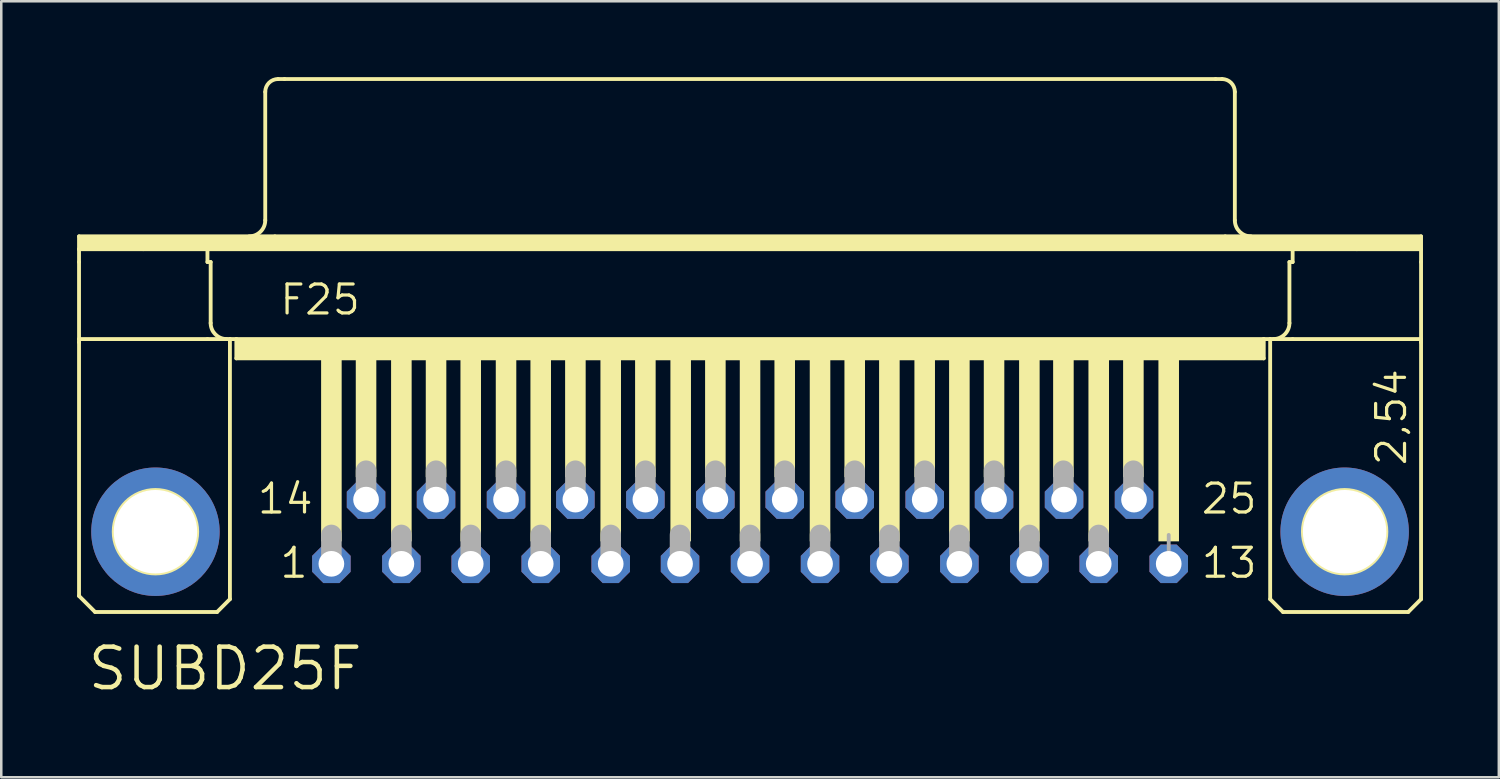
<source format=kicad_pcb>
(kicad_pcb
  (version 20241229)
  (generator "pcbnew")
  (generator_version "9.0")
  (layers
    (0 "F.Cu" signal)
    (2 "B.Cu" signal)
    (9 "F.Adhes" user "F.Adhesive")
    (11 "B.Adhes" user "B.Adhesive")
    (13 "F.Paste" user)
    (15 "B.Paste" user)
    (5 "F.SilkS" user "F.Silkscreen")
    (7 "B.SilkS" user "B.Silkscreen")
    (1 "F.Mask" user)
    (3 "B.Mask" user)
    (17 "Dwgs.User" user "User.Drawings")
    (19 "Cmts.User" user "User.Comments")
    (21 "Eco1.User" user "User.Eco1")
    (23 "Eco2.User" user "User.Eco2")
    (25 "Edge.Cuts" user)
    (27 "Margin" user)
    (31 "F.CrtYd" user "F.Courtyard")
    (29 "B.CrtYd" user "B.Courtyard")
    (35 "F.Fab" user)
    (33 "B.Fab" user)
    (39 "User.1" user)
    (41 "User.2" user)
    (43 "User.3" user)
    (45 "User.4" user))
  (footprint "SUBD25F"
    (layer "F.Cu")
    (at 24.079 9.093)
    (property "Reference" "SUBD25F" (at -23.749 15.24 0) (unlocked yes) (layer "F.SilkS") (effects (font (size 1.6 1.6) (thickness 0.178)) (justify left bottom)))
    (fp_line (start -24.003 -2.794) (end -16.256 -2.794) (stroke (width 0.152) (type solid)) (layer "F.SilkS"))
    (fp_line (start -24.003 -2.286) (end -24.003 -2.794) (stroke (width 0.152) (type solid)) (layer "F.SilkS"))
    (fp_line (start -24.003 -2.286) (end -21.463 -2.286) (stroke (width 0.152) (type solid)) (layer "F.SilkS"))
    (fp_line (start -24.003 -1.778) (end -24.003 -2.286) (stroke (width 0.152) (type solid)) (layer "F.SilkS"))
    (fp_line (start -24.003 1.27) (end -24.003 -1.778) (stroke (width 0.152) (type solid)) (layer "F.SilkS"))
    (fp_line (start -24.003 1.27) (end -24.003 1.397) (stroke (width 0.152) (type solid)) (layer "F.SilkS"))
    (fp_line (start -24.003 1.27) (end -18.923 1.27) (stroke (width 0.152) (type solid)) (layer "F.SilkS"))
    (fp_line (start -24.003 11.43) (end -24.003 1.397) (stroke (width 0.152) (type solid)) (layer "F.SilkS"))
    (fp_line (start -23.368 12.065) (end -24.003 11.43) (stroke (width 0.152) (type solid)) (layer "F.SilkS"))
    (fp_line (start -21.463 -2.286) (end -18.923 -2.286) (stroke (width 0.152) (type solid)) (layer "F.SilkS"))
    (fp_line (start -18.923 -2.286) (end 24.003 -2.286) (stroke (width 0.152) (type solid)) (layer "F.SilkS"))
    (fp_line (start -18.923 -1.778) (end -18.923 -2.286) (stroke (width 0.152) (type solid)) (layer "F.SilkS"))
    (fp_line (start -18.923 -1.778) (end -18.796 -1.778) (stroke (width 0.152) (type solid)) (layer "F.SilkS"))
    (fp_line (start -18.923 1.27) (end -18.034 1.27) (stroke (width 0.152) (type solid)) (layer "F.SilkS"))
    (fp_line (start -18.796 0.635) (end -18.796 -1.778) (stroke (width 0.152) (type solid)) (layer "F.SilkS"))
    (fp_line (start -18.542 12.065) (end -23.368 12.065) (stroke (width 0.152) (type solid)) (layer "F.SilkS"))
    (fp_line (start -18.542 12.065) (end -18.034 11.557) (stroke (width 0.152) (type solid)) (layer "F.SilkS"))
    (fp_line (start -18.034 1.27) (end -17.78 1.27) (stroke (width 0.152) (type solid)) (layer "F.SilkS"))
    (fp_line (start -18.034 11.557) (end -18.034 1.27) (stroke (width 0.152) (type solid)) (layer "F.SilkS"))
    (fp_line (start -17.78 1.27) (end -17.78 2.032) (stroke (width 0.152) (type solid)) (layer "F.SilkS"))
    (fp_line (start -17.78 1.27) (end 22.86 1.27) (stroke (width 0.152) (type solid)) (layer "F.SilkS"))
    (fp_line (start -17.78 2.032) (end 22.86 2.032) (stroke (width 0.152) (type solid)) (layer "F.SilkS"))
    (fp_line (start -16.637 -3.429) (end -16.637 -8.509) (stroke (width 0.152) (type solid)) (layer "F.SilkS"))
    (fp_line (start -16.256 -2.794) (end 21.336 -2.794) (stroke (width 0.152) (type solid)) (layer "F.SilkS"))
    (fp_line (start -16.129 -9.017) (end -15.875 -9.017) (stroke (width 0.152) (type solid)) (layer "F.SilkS"))
    (fp_line (start -15.875 -9.017) (end 20.955 -9.017) (stroke (width 0.152) (type solid)) (layer "F.SilkS"))
    (fp_line (start 20.955 -9.017) (end 21.209 -9.017) (stroke (width 0.152) (type solid)) (layer "F.SilkS"))
    (fp_line (start 21.336 -2.794) (end 29.083 -2.794) (stroke (width 0.152) (type solid)) (layer "F.SilkS"))
    (fp_line (start 21.717 -3.429) (end 21.717 -8.509) (stroke (width 0.152) (type solid)) (layer "F.SilkS"))
    (fp_line (start 22.86 1.27) (end 22.86 2.032) (stroke (width 0.152) (type solid)) (layer "F.SilkS"))
    (fp_line (start 22.86 1.27) (end 23.114 1.27) (stroke (width 0.152) (type solid)) (layer "F.SilkS"))
    (fp_line (start 23.114 1.27) (end 24.003 1.27) (stroke (width 0.152) (type solid)) (layer "F.SilkS"))
    (fp_line (start 23.114 11.557) (end 23.114 1.27) (stroke (width 0.152) (type solid)) (layer "F.SilkS"))
    (fp_line (start 23.114 11.557) (end 23.622 12.065) (stroke (width 0.152) (type solid)) (layer "F.SilkS"))
    (fp_line (start 23.622 12.065) (end 28.575 12.065) (stroke (width 0.152) (type solid)) (layer "F.SilkS"))
    (fp_line (start 23.876 -1.778) (end 24.003 -1.778) (stroke (width 0.152) (type solid)) (layer "F.SilkS"))
    (fp_line (start 23.876 0.635) (end 23.876 -1.778) (stroke (width 0.152) (type solid)) (layer "F.SilkS"))
    (fp_line (start 24.003 -2.286) (end 26.543 -2.286) (stroke (width 0.152) (type solid)) (layer "F.SilkS"))
    (fp_line (start 24.003 -1.778) (end 24.003 -2.286) (stroke (width 0.152) (type solid)) (layer "F.SilkS"))
    (fp_line (start 24.003 1.27) (end 29.083 1.27) (stroke (width 0.152) (type solid)) (layer "F.SilkS"))
    (fp_line (start 26.543 -2.286) (end 29.083 -2.286) (stroke (width 0.152) (type solid)) (layer "F.SilkS"))
    (fp_line (start 28.575 12.065) (end 29.083 11.557) (stroke (width 0.152) (type solid)) (layer "F.SilkS"))
    (fp_line (start 29.083 -2.794) (end 29.083 -2.286) (stroke (width 0.152) (type solid)) (layer "F.SilkS"))
    (fp_line (start 29.083 -2.286) (end 29.083 -1.778) (stroke (width 0.152) (type solid)) (layer "F.SilkS"))
    (fp_line (start 29.083 -1.778) (end 29.083 1.27) (stroke (width 0.152) (type solid)) (layer "F.SilkS"))
    (fp_line (start 29.083 1.27) (end 29.083 1.397) (stroke (width 0.152) (type solid)) (layer "F.SilkS"))
    (fp_line (start 29.083 11.557) (end 29.083 1.397) (stroke (width 0.152) (type solid)) (layer "F.SilkS"))
    (fp_arc (start -18.161 1.27) (mid -18.610013 1.084013) (end -18.796 0.635) (stroke (width 0.1524) (type solid)) (layer "F.SilkS"))
    (fp_arc (start -16.637 -8.509) (mid -16.48821 -8.86821) (end -16.129 -9.017) (stroke (width 0.1524) (type solid)) (layer "F.SilkS"))
    (fp_arc (start -16.637 -3.429) (mid -16.822987 -2.979987) (end -17.272 -2.794) (stroke (width 0.1524) (type solid)) (layer "F.SilkS"))
    (fp_arc (start 21.209 -9.017) (mid 21.56821 -8.86821) (end 21.717 -8.509) (stroke (width 0.1524) (type solid)) (layer "F.SilkS"))
    (fp_arc (start 22.352 -2.794) (mid 21.902987 -2.979987) (end 21.717 -3.429) (stroke (width 0.1524) (type solid)) (layer "F.SilkS"))
    (fp_arc (start 23.876 0.635) (mid 23.690013 1.084013) (end 23.241 1.27) (stroke (width 0.1524) (type solid)) (layer "F.SilkS"))
    (fp_circle (center -20.98 8.89) (end -19.329 8.89) (stroke (width 0.152) (type solid)) (fill no) (layer "F.SilkS"))
    (fp_circle (center 26.06 8.89) (end 27.711 8.89) (stroke (width 0.152) (type solid)) (fill no) (layer "F.SilkS"))
    (fp_poly (pts (xy -24.003 -2.286) (xy 29.083 -2.286) (xy 29.083 -2.794) (xy -24.003 -2.794)) (stroke (width 0) (type default)) (fill yes) (layer "F.SilkS"))
    (fp_poly (pts (xy -17.78 2.032) (xy 22.86 2.032) (xy 22.86 1.27) (xy -17.78 1.27)) (stroke (width 0) (type default)) (fill yes) (layer "F.SilkS"))
    (fp_poly (pts (xy -14.427 9.271) (xy -13.614 9.271) (xy -13.614 2.032) (xy -14.427 2.032)) (stroke (width 0) (type default)) (fill yes) (layer "F.SilkS"))
    (fp_poly (pts (xy -13.056 6.731) (xy -12.243 6.731) (xy -12.243 2.032) (xy -13.056 2.032)) (stroke (width 0) (type default)) (fill yes) (layer "F.SilkS"))
    (fp_poly (pts (xy -11.659 9.271) (xy -10.846 9.271) (xy -10.846 2.032) (xy -11.659 2.032)) (stroke (width 0) (type default)) (fill yes) (layer "F.SilkS"))
    (fp_poly (pts (xy -10.287 6.731) (xy -9.474 6.731) (xy -9.474 2.032) (xy -10.287 2.032)) (stroke (width 0) (type default)) (fill yes) (layer "F.SilkS"))
    (fp_poly (pts (xy -8.915 9.271) (xy -8.103 9.271) (xy -8.103 2.032) (xy -8.915 2.032)) (stroke (width 0) (type default)) (fill yes) (layer "F.SilkS"))
    (fp_poly (pts (xy -7.518 6.731) (xy -6.706 6.731) (xy -6.706 2.032) (xy -7.518 2.032)) (stroke (width 0) (type default)) (fill yes) (layer "F.SilkS"))
    (fp_poly (pts (xy -6.147 9.271) (xy -5.334 9.271) (xy -5.334 2.032) (xy -6.147 2.032)) (stroke (width 0) (type default)) (fill yes) (layer "F.SilkS"))
    (fp_poly (pts (xy -4.775 6.731) (xy -3.962 6.731) (xy -3.962 2.032) (xy -4.775 2.032)) (stroke (width 0) (type default)) (fill yes) (layer "F.SilkS"))
    (fp_poly (pts (xy -3.378 9.271) (xy -2.565 9.271) (xy -2.565 2.032) (xy -3.378 2.032)) (stroke (width 0) (type default)) (fill yes) (layer "F.SilkS"))
    (fp_poly (pts (xy -2.007 6.731) (xy -1.194 6.731) (xy -1.194 2.032) (xy -2.007 2.032)) (stroke (width 0) (type default)) (fill yes) (layer "F.SilkS"))
    (fp_poly (pts (xy -0.61 9.271) (xy 0.203 9.271) (xy 0.203 2.032) (xy -0.61 2.032)) (stroke (width 0) (type default)) (fill yes) (layer "F.SilkS"))
    (fp_poly (pts (xy 0.762 6.731) (xy 1.575 6.731) (xy 1.575 2.032) (xy 0.762 2.032)) (stroke (width 0) (type default)) (fill yes) (layer "F.SilkS"))
    (fp_poly (pts (xy 2.134 9.271) (xy 2.946 9.271) (xy 2.946 2.032) (xy 2.134 2.032)) (stroke (width 0) (type default)) (fill yes) (layer "F.SilkS"))
    (fp_poly (pts (xy 3.505 6.731) (xy 4.318 6.731) (xy 4.318 2.032) (xy 3.505 2.032)) (stroke (width 0) (type default)) (fill yes) (layer "F.SilkS"))
    (fp_poly (pts (xy 4.902 9.271) (xy 5.715 9.271) (xy 5.715 2.032) (xy 4.902 2.032)) (stroke (width 0) (type default)) (fill yes) (layer "F.SilkS"))
    (fp_poly (pts (xy 6.274 6.731) (xy 7.087 6.731) (xy 7.087 2.032) (xy 6.274 2.032)) (stroke (width 0) (type default)) (fill yes) (layer "F.SilkS"))
    (fp_poly (pts (xy 7.645 9.271) (xy 8.458 9.271) (xy 8.458 2.032) (xy 7.645 2.032)) (stroke (width 0) (type default)) (fill yes) (layer "F.SilkS"))
    (fp_poly (pts (xy 9.042 6.731) (xy 9.855 6.731) (xy 9.855 2.032) (xy 9.042 2.032)) (stroke (width 0) (type default)) (fill yes) (layer "F.SilkS"))
    (fp_poly (pts (xy 10.414 9.271) (xy 11.227 9.271) (xy 11.227 2.032) (xy 10.414 2.032)) (stroke (width 0) (type default)) (fill yes) (layer "F.SilkS"))
    (fp_poly (pts (xy 11.786 6.731) (xy 12.598 6.731) (xy 12.598 2.032) (xy 11.786 2.032)) (stroke (width 0) (type default)) (fill yes) (layer "F.SilkS"))
    (fp_poly (pts (xy 13.183 9.271) (xy 13.995 9.271) (xy 13.995 2.032) (xy 13.183 2.032)) (stroke (width 0) (type default)) (fill yes) (layer "F.SilkS"))
    (fp_poly (pts (xy 14.529 6.731) (xy 15.342 6.731) (xy 15.342 2.032) (xy 14.529 2.032)) (stroke (width 0) (type default)) (fill yes) (layer "F.SilkS"))
    (fp_poly (pts (xy 15.926 9.271) (xy 16.739 9.271) (xy 16.739 2.032) (xy 15.926 2.032)) (stroke (width 0) (type default)) (fill yes) (layer "F.SilkS"))
    (fp_poly (pts (xy 17.297 6.731) (xy 18.11 6.731) (xy 18.11 2.032) (xy 17.297 2.032)) (stroke (width 0) (type default)) (fill yes) (layer "F.SilkS"))
    (fp_poly (pts (xy 18.694 9.271) (xy 19.507 9.271) (xy 19.507 2.032) (xy 18.694 2.032)) (stroke (width 0) (type default)) (fill yes) (layer "F.SilkS"))
    (fp_line (start -14.021 10.033) (end -14.021 9.017) (stroke (width 0.813) (type solid)) (layer "F.Fab"))
    (fp_line (start -12.649 7.493) (end -12.649 6.477) (stroke (width 0.813) (type solid)) (layer "F.Fab"))
    (fp_line (start -11.252 10.033) (end -11.252 9.017) (stroke (width 0.813) (type solid)) (layer "F.Fab"))
    (fp_line (start -9.881 7.493) (end -9.881 6.477) (stroke (width 0.813) (type solid)) (layer "F.Fab"))
    (fp_line (start -8.509 10.033) (end -8.509 9.017) (stroke (width 0.813) (type solid)) (layer "F.Fab"))
    (fp_line (start -7.112 7.493) (end -7.112 6.477) (stroke (width 0.813) (type solid)) (layer "F.Fab"))
    (fp_line (start -5.74 10.033) (end -5.74 9.017) (stroke (width 0.813) (type solid)) (layer "F.Fab"))
    (fp_line (start -4.369 7.493) (end -4.369 6.477) (stroke (width 0.813) (type solid)) (layer "F.Fab"))
    (fp_line (start -2.972 10.033) (end -2.972 9.017) (stroke (width 0.813) (type solid)) (layer "F.Fab"))
    (fp_line (start -1.6 7.493) (end -1.6 6.477) (stroke (width 0.813) (type solid)) (layer "F.Fab"))
    (fp_line (start -0.229 10.033) (end -0.229 9.017) (stroke (width 0.813) (type solid)) (layer "F.Fab"))
    (fp_line (start 1.168 7.493) (end 1.168 6.477) (stroke (width 0.813) (type solid)) (layer "F.Fab"))
    (fp_line (start 2.54 10.033) (end 2.54 9.017) (stroke (width 0.813) (type solid)) (layer "F.Fab"))
    (fp_line (start 3.912 7.493) (end 3.912 6.477) (stroke (width 0.813) (type solid)) (layer "F.Fab"))
    (fp_line (start 5.309 10.033) (end 5.309 9.017) (stroke (width 0.813) (type solid)) (layer "F.Fab"))
    (fp_line (start 6.68 7.493) (end 6.68 6.477) (stroke (width 0.813) (type solid)) (layer "F.Fab"))
    (fp_line (start 8.052 10.033) (end 8.052 9.017) (stroke (width 0.813) (type solid)) (layer "F.Fab"))
    (fp_line (start 9.449 7.493) (end 9.449 6.477) (stroke (width 0.813) (type solid)) (layer "F.Fab"))
    (fp_line (start 10.82 10.033) (end 10.82 9.017) (stroke (width 0.813) (type solid)) (layer "F.Fab"))
    (fp_line (start 12.192 7.493) (end 12.192 6.477) (stroke (width 0.813) (type solid)) (layer "F.Fab"))
    (fp_line (start 13.589 10.033) (end 13.589 9.017) (stroke (width 0.813) (type solid)) (layer "F.Fab"))
    (fp_line (start 14.935 7.493) (end 14.935 6.477) (stroke (width 0.813) (type solid)) (layer "F.Fab"))
    (fp_line (start 16.332 10.033) (end 16.332 9.017) (stroke (width 0.813) (type solid)) (layer "F.Fab"))
    (fp_line (start 17.704 7.493) (end 17.704 6.477) (stroke (width 0.813) (type solid)) (layer "F.Fab"))
    (fp_line (start 19.101 10.033) (end 19.101 9.017) (stroke (width 0.152) (type solid)) (layer "F.Fab"))
    (fp_text user "F25" (at -16.129 0.381 0) (unlocked yes) (layer "F.SilkS") (effects (font (size 1.143 1.143) (thickness 0.127)) (justify left bottom)))
    (fp_text user "14" (at -17.018 8.255 0) (unlocked yes) (layer "F.SilkS") (effects (font (size 1.143 1.143) (thickness 0.127)) (justify left bottom)))
    (fp_text user "2,54" (at 28.575 6.35 90) (unlocked yes) (layer "F.SilkS") (effects (font (size 1.143 1.143) (thickness 0.127)) (justify left bottom)))
    (fp_text user "25" (at 20.32 8.255 0) (unlocked yes) (layer "F.SilkS") (effects (font (size 1.143 1.143) (thickness 0.127)) (justify left bottom)))
    (fp_text user "13" (at 20.32 10.795 0) (unlocked yes) (layer "F.SilkS") (effects (font (size 1.143 1.143) (thickness 0.127)) (justify left bottom)))
    (fp_text user "1" (at -16.129 10.795 0) (unlocked yes) (layer "F.SilkS") (effects (font (size 1.143 1.143) (thickness 0.127)) (justify left bottom)))
    (pad "1" thru_hole roundrect (at -14.021 10.16) (size 1.524 1.524) (drill 1.016) (layers "*.Cu" "*.Mask") (roundrect_rratio 0.25) (chamfer_ratio 0.293) (chamfer top_left top_right bottom_left bottom_right))
    (pad "2" thru_hole roundrect (at -11.252 10.16) (size 1.524 1.524) (drill 1.016) (layers "*.Cu" "*.Mask") (roundrect_rratio 0.25) (chamfer_ratio 0.293) (chamfer top_left top_right bottom_left bottom_right))
    (pad "3" thru_hole roundrect (at -8.509 10.16) (size 1.524 1.524) (drill 1.016) (layers "*.Cu" "*.Mask") (roundrect_rratio 0.25) (chamfer_ratio 0.293) (chamfer top_left top_right bottom_left bottom_right))
    (pad "4" thru_hole roundrect (at -5.74 10.16) (size 1.524 1.524) (drill 1.016) (layers "*.Cu" "*.Mask") (roundrect_rratio 0.25) (chamfer_ratio 0.293) (chamfer top_left top_right bottom_left bottom_right))
    (pad "5" thru_hole roundrect (at -2.972 10.16) (size 1.524 1.524) (drill 1.016) (layers "*.Cu" "*.Mask") (roundrect_rratio 0.25) (chamfer_ratio 0.293) (chamfer top_left top_right bottom_left bottom_right))
    (pad "6" thru_hole roundrect (at -0.229 10.16) (size 1.524 1.524) (drill 1.016) (layers "*.Cu" "*.Mask") (roundrect_rratio 0.25) (chamfer_ratio 0.293) (chamfer top_left top_right bottom_left bottom_right))
    (pad "7" thru_hole roundrect (at 2.54 10.16) (size 1.524 1.524) (drill 1.016) (layers "*.Cu" "*.Mask") (roundrect_rratio 0.25) (chamfer_ratio 0.293) (chamfer top_left top_right bottom_left bottom_right))
    (pad "8" thru_hole roundrect (at 5.309 10.16) (size 1.524 1.524) (drill 1.016) (layers "*.Cu" "*.Mask") (roundrect_rratio 0.25) (chamfer_ratio 0.293) (chamfer top_left top_right bottom_left bottom_right))
    (pad "9" thru_hole roundrect (at 8.052 10.16) (size 1.524 1.524) (drill 1.016) (layers "*.Cu" "*.Mask") (roundrect_rratio 0.25) (chamfer_ratio 0.293) (chamfer top_left top_right bottom_left bottom_right))
    (pad "10" thru_hole roundrect (at 10.82 10.16) (size 1.524 1.524) (drill 1.016) (layers "*.Cu" "*.Mask") (roundrect_rratio 0.25) (chamfer_ratio 0.293) (chamfer top_left top_right bottom_left bottom_right))
    (pad "11" thru_hole roundrect (at 13.589 10.16) (size 1.524 1.524) (drill 1.016) (layers "*.Cu" "*.Mask") (roundrect_rratio 0.25) (chamfer_ratio 0.293) (chamfer top_left top_right bottom_left bottom_right))
    (pad "12" thru_hole roundrect (at 16.332 10.16) (size 1.524 1.524) (drill 1.016) (layers "*.Cu" "*.Mask") (roundrect_rratio 0.25) (chamfer_ratio 0.293) (chamfer top_left top_right bottom_left bottom_right))
    (pad "13" thru_hole roundrect (at 19.101 10.16) (size 1.524 1.524) (drill 1.016) (layers "*.Cu" "*.Mask") (roundrect_rratio 0.25) (chamfer_ratio 0.293) (chamfer top_left top_right bottom_left bottom_right))
    (pad "14" thru_hole roundrect (at -12.649 7.62) (size 1.524 1.524) (drill 1.016) (layers "*.Cu" "*.Mask") (roundrect_rratio 0.25) (chamfer_ratio 0.293) (chamfer top_left top_right bottom_left bottom_right))
    (pad "15" thru_hole roundrect (at -9.881 7.62) (size 1.524 1.524) (drill 1.016) (layers "*.Cu" "*.Mask") (roundrect_rratio 0.25) (chamfer_ratio 0.293) (chamfer top_left top_right bottom_left bottom_right))
    (pad "16" thru_hole roundrect (at -7.112 7.62) (size 1.524 1.524) (drill 1.016) (layers "*.Cu" "*.Mask") (roundrect_rratio 0.25) (chamfer_ratio 0.293) (chamfer top_left top_right bottom_left bottom_right))
    (pad "17" thru_hole roundrect (at -4.369 7.62) (size 1.524 1.524) (drill 1.016) (layers "*.Cu" "*.Mask") (roundrect_rratio 0.25) (chamfer_ratio 0.293) (chamfer top_left top_right bottom_left bottom_right))
    (pad "18" thru_hole roundrect (at -1.6 7.62) (size 1.524 1.524) (drill 1.016) (layers "*.Cu" "*.Mask") (roundrect_rratio 0.25) (chamfer_ratio 0.293) (chamfer top_left top_right bottom_left bottom_right))
    (pad "19" thru_hole roundrect (at 1.168 7.62) (size 1.524 1.524) (drill 1.016) (layers "*.Cu" "*.Mask") (roundrect_rratio 0.25) (chamfer_ratio 0.293) (chamfer top_left top_right bottom_left bottom_right))
    (pad "20" thru_hole roundrect (at 3.912 7.62) (size 1.524 1.524) (drill 1.016) (layers "*.Cu" "*.Mask") (roundrect_rratio 0.25) (chamfer_ratio 0.293) (chamfer top_left top_right bottom_left bottom_right))
    (pad "21" thru_hole roundrect (at 6.68 7.62) (size 1.524 1.524) (drill 1.016) (layers "*.Cu" "*.Mask") (roundrect_rratio 0.25) (chamfer_ratio 0.293) (chamfer top_left top_right bottom_left bottom_right))
    (pad "22" thru_hole roundrect (at 9.449 7.62) (size 1.524 1.524) (drill 1.016) (layers "*.Cu" "*.Mask") (roundrect_rratio 0.25) (chamfer_ratio 0.293) (chamfer top_left top_right bottom_left bottom_right))
    (pad "23" thru_hole roundrect (at 12.192 7.62) (size 1.524 1.524) (drill 1.016) (layers "*.Cu" "*.Mask") (roundrect_rratio 0.25) (chamfer_ratio 0.293) (chamfer top_left top_right bottom_left bottom_right))
    (pad "24" thru_hole roundrect (at 14.961 7.62) (size 1.524 1.524) (drill 1.016) (layers "*.Cu" "*.Mask") (roundrect_rratio 0.25) (chamfer_ratio 0.293) (chamfer top_left top_right bottom_left bottom_right))
    (pad "25" thru_hole roundrect (at 17.729 7.62) (size 1.524 1.524) (drill 1.016) (layers "*.Cu" "*.Mask") (roundrect_rratio 0.25) (chamfer_ratio 0.293) (chamfer top_left top_right bottom_left bottom_right))
    (pad "G1" thru_hole circle (at -20.98 8.89) (size 5.08 5.08) (drill 3.302) (layers "*.Cu" "*.Mask"))
    (pad "G2" thru_hole circle (at 26.06 8.89) (size 5.08 5.08) (drill 3.302) (layers "*.Cu" "*.Mask")))
  (gr_rect
    (start -3 -3)
    (end 56.238 27.696)
    (stroke (width 0.1) (type default))
    (fill no)
    (layer "Edge.Cuts")))
</source>
